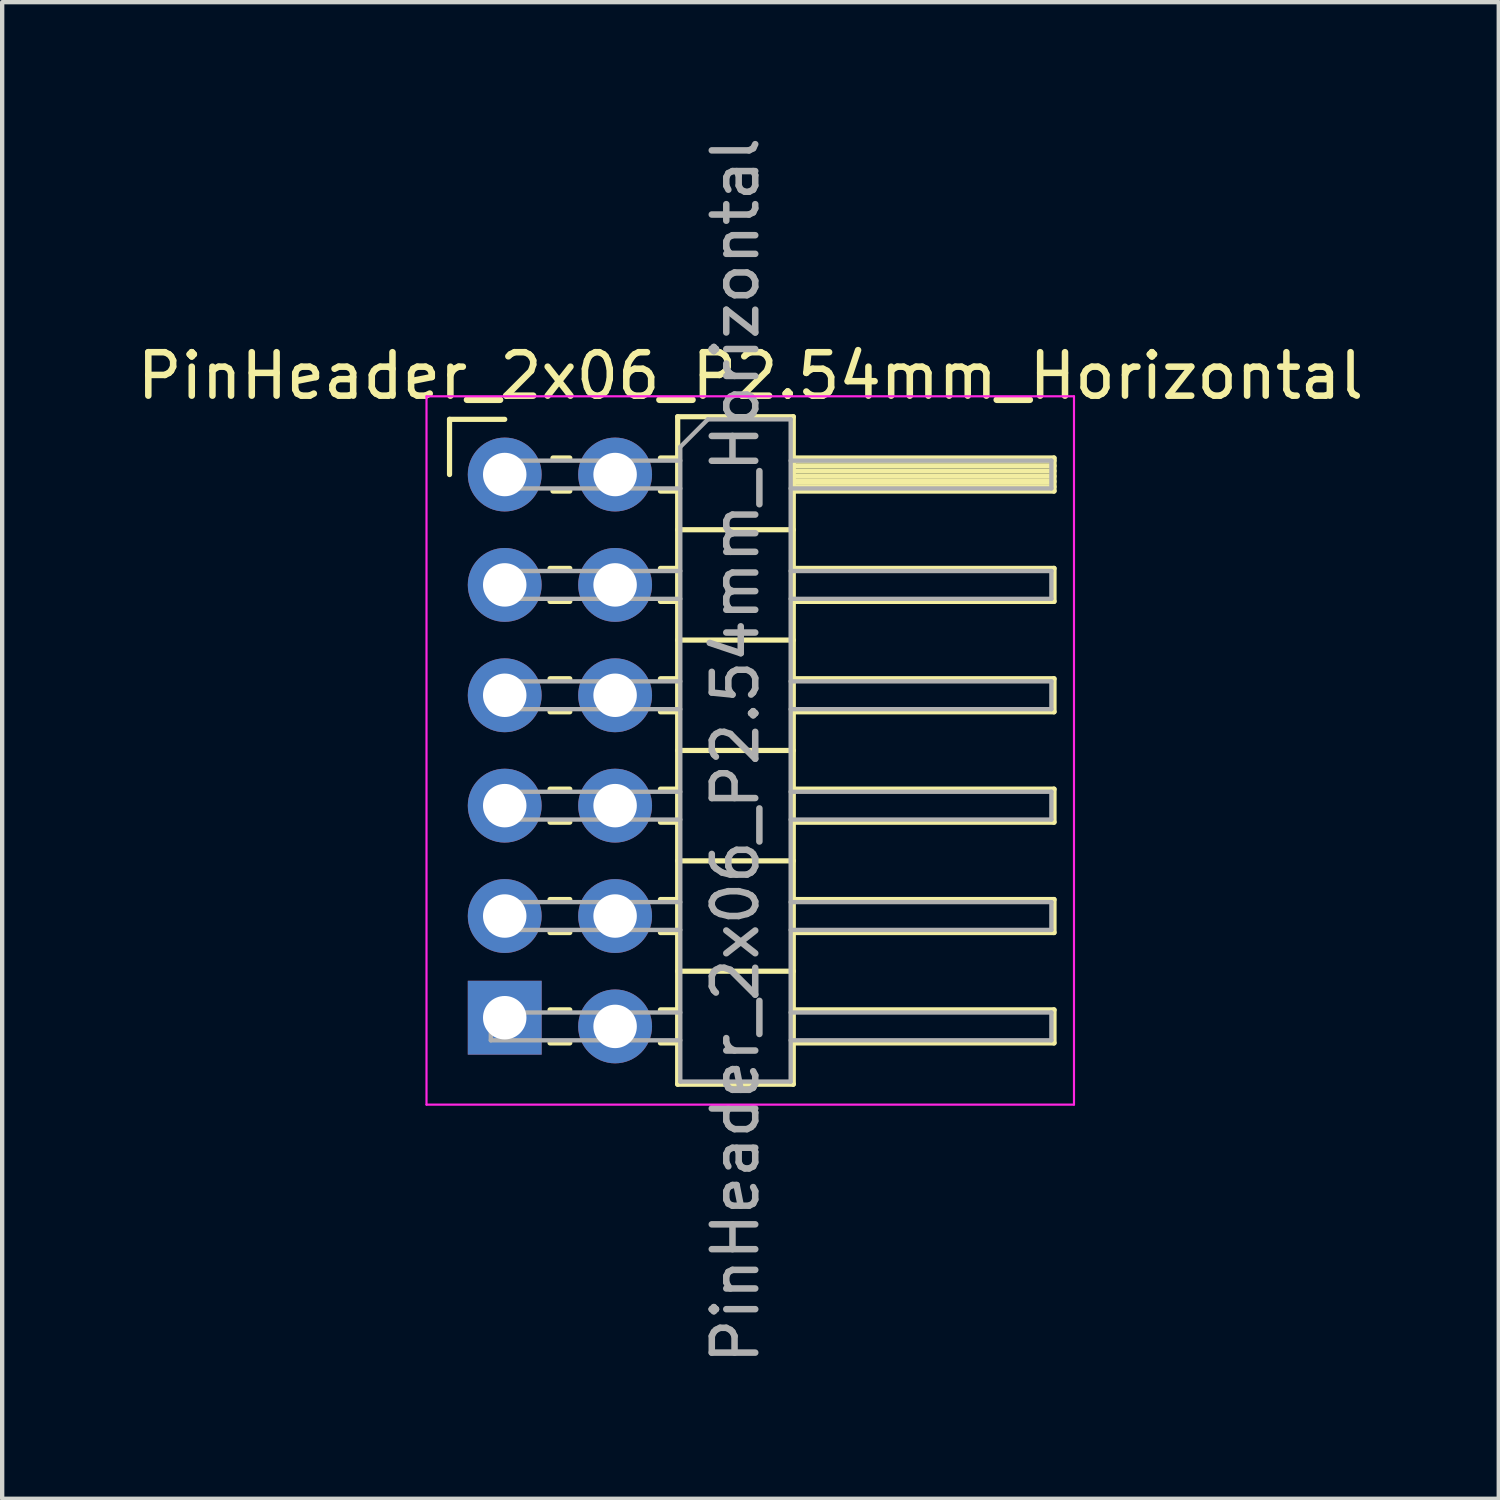
<source format=kicad_pcb>
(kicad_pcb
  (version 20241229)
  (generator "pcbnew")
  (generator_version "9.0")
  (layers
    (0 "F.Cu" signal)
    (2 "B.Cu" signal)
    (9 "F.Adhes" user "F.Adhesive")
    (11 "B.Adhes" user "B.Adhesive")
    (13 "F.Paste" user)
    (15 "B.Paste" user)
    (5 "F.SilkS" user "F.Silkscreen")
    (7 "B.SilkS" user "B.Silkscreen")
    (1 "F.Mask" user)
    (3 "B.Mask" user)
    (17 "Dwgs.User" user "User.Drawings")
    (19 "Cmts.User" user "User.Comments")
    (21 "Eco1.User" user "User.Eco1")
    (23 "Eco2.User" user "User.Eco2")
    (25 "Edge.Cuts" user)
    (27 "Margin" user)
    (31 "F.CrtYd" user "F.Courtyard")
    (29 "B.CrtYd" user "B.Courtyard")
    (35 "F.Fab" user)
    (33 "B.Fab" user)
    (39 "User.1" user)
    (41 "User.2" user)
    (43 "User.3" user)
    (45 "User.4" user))
  (footprint "PinHeader_2x06_P2.54mm_Horizontal"
    (layer "F.Cu")
    (at 8.565 7.87)
    (property "Reference" "PinHeader_2x06_P2.54mm_Horizontal" (at 5.655 -2.27 180) (layer "F.SilkS") (effects (font (size 1 1) (thickness 0.15))))
    (attr through_hole)
    (fp_line (start -1.27 -1.27) (end 0 -1.27) (stroke (width 0.12) (type solid)) (layer "F.SilkS"))
    (fp_line (start -1.27 0) (end -1.27 -1.27) (stroke (width 0.12) (type solid)) (layer "F.SilkS"))
    (fp_line (start 1.043 2.16) (end 1.497 2.16) (stroke (width 0.12) (type solid)) (layer "F.SilkS"))
    (fp_line (start 1.043 2.92) (end 1.497 2.92) (stroke (width 0.12) (type solid)) (layer "F.SilkS"))
    (fp_line (start 1.043 4.7) (end 1.497 4.7) (stroke (width 0.12) (type solid)) (layer "F.SilkS"))
    (fp_line (start 1.043 5.46) (end 1.497 5.46) (stroke (width 0.12) (type solid)) (layer "F.SilkS"))
    (fp_line (start 1.043 7.24) (end 1.497 7.24) (stroke (width 0.12) (type solid)) (layer "F.SilkS"))
    (fp_line (start 1.043 8) (end 1.497 8) (stroke (width 0.12) (type solid)) (layer "F.SilkS"))
    (fp_line (start 1.043 9.78) (end 1.497 9.78) (stroke (width 0.12) (type solid)) (layer "F.SilkS"))
    (fp_line (start 1.043 10.54) (end 1.497 10.54) (stroke (width 0.12) (type solid)) (layer "F.SilkS"))
    (fp_line (start 1.043 12.32) (end 1.497 12.32) (stroke (width 0.12) (type solid)) (layer "F.SilkS"))
    (fp_line (start 1.043 13.08) (end 1.497 13.08) (stroke (width 0.12) (type solid)) (layer "F.SilkS"))
    (fp_line (start 1.11 -0.38) (end 1.497 -0.38) (stroke (width 0.12) (type solid)) (layer "F.SilkS"))
    (fp_line (start 1.11 0.38) (end 1.497 0.38) (stroke (width 0.12) (type solid)) (layer "F.SilkS"))
    (fp_line (start 3.583 -0.38) (end 3.98 -0.38) (stroke (width 0.12) (type solid)) (layer "F.SilkS"))
    (fp_line (start 3.583 0.38) (end 3.98 0.38) (stroke (width 0.12) (type solid)) (layer "F.SilkS"))
    (fp_line (start 3.583 2.16) (end 3.98 2.16) (stroke (width 0.12) (type solid)) (layer "F.SilkS"))
    (fp_line (start 3.583 2.92) (end 3.98 2.92) (stroke (width 0.12) (type solid)) (layer "F.SilkS"))
    (fp_line (start 3.583 4.7) (end 3.98 4.7) (stroke (width 0.12) (type solid)) (layer "F.SilkS"))
    (fp_line (start 3.583 5.46) (end 3.98 5.46) (stroke (width 0.12) (type solid)) (layer "F.SilkS"))
    (fp_line (start 3.583 7.24) (end 3.98 7.24) (stroke (width 0.12) (type solid)) (layer "F.SilkS"))
    (fp_line (start 3.583 8) (end 3.98 8) (stroke (width 0.12) (type solid)) (layer "F.SilkS"))
    (fp_line (start 3.583 9.78) (end 3.98 9.78) (stroke (width 0.12) (type solid)) (layer "F.SilkS"))
    (fp_line (start 3.583 10.54) (end 3.98 10.54) (stroke (width 0.12) (type solid)) (layer "F.SilkS"))
    (fp_line (start 3.583 12.32) (end 3.98 12.32) (stroke (width 0.12) (type solid)) (layer "F.SilkS"))
    (fp_line (start 3.583 13.08) (end 3.98 13.08) (stroke (width 0.12) (type solid)) (layer "F.SilkS"))
    (fp_line (start 3.98 -1.33) (end 3.98 14.03) (stroke (width 0.12) (type solid)) (layer "F.SilkS"))
    (fp_line (start 3.98 1.27) (end 6.64 1.27) (stroke (width 0.12) (type solid)) (layer "F.SilkS"))
    (fp_line (start 3.98 3.81) (end 6.64 3.81) (stroke (width 0.12) (type solid)) (layer "F.SilkS"))
    (fp_line (start 3.98 6.35) (end 6.64 6.35) (stroke (width 0.12) (type solid)) (layer "F.SilkS"))
    (fp_line (start 3.98 8.89) (end 6.64 8.89) (stroke (width 0.12) (type solid)) (layer "F.SilkS"))
    (fp_line (start 3.98 11.43) (end 6.64 11.43) (stroke (width 0.12) (type solid)) (layer "F.SilkS"))
    (fp_line (start 3.98 14.03) (end 6.64 14.03) (stroke (width 0.12) (type solid)) (layer "F.SilkS"))
    (fp_line (start 6.64 -1.33) (end 3.98 -1.33) (stroke (width 0.12) (type solid)) (layer "F.SilkS"))
    (fp_line (start 6.64 -0.38) (end 12.64 -0.38) (stroke (width 0.12) (type solid)) (layer "F.SilkS"))
    (fp_line (start 6.64 -0.32) (end 12.64 -0.32) (stroke (width 0.12) (type solid)) (layer "F.SilkS"))
    (fp_line (start 6.64 -0.2) (end 12.64 -0.2) (stroke (width 0.12) (type solid)) (layer "F.SilkS"))
    (fp_line (start 6.64 -0.08) (end 12.64 -0.08) (stroke (width 0.12) (type solid)) (layer "F.SilkS"))
    (fp_line (start 6.64 0.04) (end 12.64 0.04) (stroke (width 0.12) (type solid)) (layer "F.SilkS"))
    (fp_line (start 6.64 0.16) (end 12.64 0.16) (stroke (width 0.12) (type solid)) (layer "F.SilkS"))
    (fp_line (start 6.64 0.28) (end 12.64 0.28) (stroke (width 0.12) (type solid)) (layer "F.SilkS"))
    (fp_line (start 6.64 2.16) (end 12.64 2.16) (stroke (width 0.12) (type solid)) (layer "F.SilkS"))
    (fp_line (start 6.64 4.7) (end 12.64 4.7) (stroke (width 0.12) (type solid)) (layer "F.SilkS"))
    (fp_line (start 6.64 7.24) (end 12.64 7.24) (stroke (width 0.12) (type solid)) (layer "F.SilkS"))
    (fp_line (start 6.64 9.78) (end 12.64 9.78) (stroke (width 0.12) (type solid)) (layer "F.SilkS"))
    (fp_line (start 6.64 12.32) (end 12.64 12.32) (stroke (width 0.12) (type solid)) (layer "F.SilkS"))
    (fp_line (start 6.64 14.03) (end 6.64 -1.33) (stroke (width 0.12) (type solid)) (layer "F.SilkS"))
    (fp_line (start 12.64 -0.38) (end 12.64 0.38) (stroke (width 0.12) (type solid)) (layer "F.SilkS"))
    (fp_line (start 12.64 0.38) (end 6.64 0.38) (stroke (width 0.12) (type solid)) (layer "F.SilkS"))
    (fp_line (start 12.64 2.16) (end 12.64 2.92) (stroke (width 0.12) (type solid)) (layer "F.SilkS"))
    (fp_line (start 12.64 2.92) (end 6.64 2.92) (stroke (width 0.12) (type solid)) (layer "F.SilkS"))
    (fp_line (start 12.64 4.7) (end 12.64 5.46) (stroke (width 0.12) (type solid)) (layer "F.SilkS"))
    (fp_line (start 12.64 5.46) (end 6.64 5.46) (stroke (width 0.12) (type solid)) (layer "F.SilkS"))
    (fp_line (start 12.64 7.24) (end 12.64 8) (stroke (width 0.12) (type solid)) (layer "F.SilkS"))
    (fp_line (start 12.64 8) (end 6.64 8) (stroke (width 0.12) (type solid)) (layer "F.SilkS"))
    (fp_line (start 12.64 9.78) (end 12.64 10.54) (stroke (width 0.12) (type solid)) (layer "F.SilkS"))
    (fp_line (start 12.64 10.54) (end 6.64 10.54) (stroke (width 0.12) (type solid)) (layer "F.SilkS"))
    (fp_line (start 12.64 12.32) (end 12.64 13.08) (stroke (width 0.12) (type solid)) (layer "F.SilkS"))
    (fp_line (start 12.64 13.08) (end 6.64 13.08) (stroke (width 0.12) (type solid)) (layer "F.SilkS"))
    (fp_line (start -1.8 -1.8) (end -1.8 14.5) (stroke (width 0.05) (type solid)) (layer "F.CrtYd"))
    (fp_line (start -1.8 14.5) (end 13.1 14.5) (stroke (width 0.05) (type solid)) (layer "F.CrtYd"))
    (fp_line (start 13.1 -1.8) (end -1.8 -1.8) (stroke (width 0.05) (type solid)) (layer "F.CrtYd"))
    (fp_line (start 13.1 14.5) (end 13.1 -1.8) (stroke (width 0.05) (type solid)) (layer "F.CrtYd"))
    (fp_line (start -0.32 -0.32) (end -0.32 0.32) (stroke (width 0.1) (type solid)) (layer "F.Fab"))
    (fp_line (start -0.32 -0.32) (end 4.04 -0.32) (stroke (width 0.1) (type solid)) (layer "F.Fab"))
    (fp_line (start -0.32 0.32) (end 4.04 0.32) (stroke (width 0.1) (type solid)) (layer "F.Fab"))
    (fp_line (start -0.32 2.22) (end -0.32 2.86) (stroke (width 0.1) (type solid)) (layer "F.Fab"))
    (fp_line (start -0.32 2.22) (end 4.04 2.22) (stroke (width 0.1) (type solid)) (layer "F.Fab"))
    (fp_line (start -0.32 2.86) (end 4.04 2.86) (stroke (width 0.1) (type solid)) (layer "F.Fab"))
    (fp_line (start -0.32 4.76) (end -0.32 5.4) (stroke (width 0.1) (type solid)) (layer "F.Fab"))
    (fp_line (start -0.32 4.76) (end 4.04 4.76) (stroke (width 0.1) (type solid)) (layer "F.Fab"))
    (fp_line (start -0.32 5.4) (end 4.04 5.4) (stroke (width 0.1) (type solid)) (layer "F.Fab"))
    (fp_line (start -0.32 7.3) (end -0.32 7.94) (stroke (width 0.1) (type solid)) (layer "F.Fab"))
    (fp_line (start -0.32 7.3) (end 4.04 7.3) (stroke (width 0.1) (type solid)) (layer "F.Fab"))
    (fp_line (start -0.32 7.94) (end 4.04 7.94) (stroke (width 0.1) (type solid)) (layer "F.Fab"))
    (fp_line (start -0.32 9.84) (end -0.32 10.48) (stroke (width 0.1) (type solid)) (layer "F.Fab"))
    (fp_line (start -0.32 9.84) (end 4.04 9.84) (stroke (width 0.1) (type solid)) (layer "F.Fab"))
    (fp_line (start -0.32 10.48) (end 4.04 10.48) (stroke (width 0.1) (type solid)) (layer "F.Fab"))
    (fp_line (start -0.32 12.38) (end -0.32 13.02) (stroke (width 0.1) (type solid)) (layer "F.Fab"))
    (fp_line (start -0.32 12.38) (end 4.04 12.38) (stroke (width 0.1) (type solid)) (layer "F.Fab"))
    (fp_line (start -0.32 13.02) (end 4.04 13.02) (stroke (width 0.1) (type solid)) (layer "F.Fab"))
    (fp_line (start 4.04 -0.635) (end 4.675 -1.27) (stroke (width 0.1) (type solid)) (layer "F.Fab"))
    (fp_line (start 4.04 13.97) (end 4.04 -0.635) (stroke (width 0.1) (type solid)) (layer "F.Fab"))
    (fp_line (start 4.675 -1.27) (end 6.58 -1.27) (stroke (width 0.1) (type solid)) (layer "F.Fab"))
    (fp_line (start 6.58 -1.27) (end 6.58 13.97) (stroke (width 0.1) (type solid)) (layer "F.Fab"))
    (fp_line (start 6.58 -0.32) (end 12.58 -0.32) (stroke (width 0.1) (type solid)) (layer "F.Fab"))
    (fp_line (start 6.58 0.32) (end 12.58 0.32) (stroke (width 0.1) (type solid)) (layer "F.Fab"))
    (fp_line (start 6.58 2.22) (end 12.58 2.22) (stroke (width 0.1) (type solid)) (layer "F.Fab"))
    (fp_line (start 6.58 2.86) (end 12.58 2.86) (stroke (width 0.1) (type solid)) (layer "F.Fab"))
    (fp_line (start 6.58 4.76) (end 12.58 4.76) (stroke (width 0.1) (type solid)) (layer "F.Fab"))
    (fp_line (start 6.58 5.4) (end 12.58 5.4) (stroke (width 0.1) (type solid)) (layer "F.Fab"))
    (fp_line (start 6.58 7.3) (end 12.58 7.3) (stroke (width 0.1) (type solid)) (layer "F.Fab"))
    (fp_line (start 6.58 7.94) (end 12.58 7.94) (stroke (width 0.1) (type solid)) (layer "F.Fab"))
    (fp_line (start 6.58 9.84) (end 12.58 9.84) (stroke (width 0.1) (type solid)) (layer "F.Fab"))
    (fp_line (start 6.58 10.48) (end 12.58 10.48) (stroke (width 0.1) (type solid)) (layer "F.Fab"))
    (fp_line (start 6.58 12.38) (end 12.58 12.38) (stroke (width 0.1) (type solid)) (layer "F.Fab"))
    (fp_line (start 6.58 13.02) (end 12.58 13.02) (stroke (width 0.1) (type solid)) (layer "F.Fab"))
    (fp_line (start 6.58 13.97) (end 4.04 13.97) (stroke (width 0.1) (type solid)) (layer "F.Fab"))
    (fp_line (start 12.58 -0.32) (end 12.58 0.32) (stroke (width 0.1) (type solid)) (layer "F.Fab"))
    (fp_line (start 12.58 2.22) (end 12.58 2.86) (stroke (width 0.1) (type solid)) (layer "F.Fab"))
    (fp_line (start 12.58 4.76) (end 12.58 5.4) (stroke (width 0.1) (type solid)) (layer "F.Fab"))
    (fp_line (start 12.58 7.3) (end 12.58 7.94) (stroke (width 0.1) (type solid)) (layer "F.Fab"))
    (fp_line (start 12.58 9.84) (end 12.58 10.48) (stroke (width 0.1) (type solid)) (layer "F.Fab"))
    (fp_line (start 12.58 12.38) (end 12.58 13.02) (stroke (width 0.1) (type solid)) (layer "F.Fab"))
    (fp_text user "${REFERENCE}" (at 5.31 6.35 270) (layer "F.Fab") (effects (font (size 1 1) (thickness 0.15))))
    (pad "1" thru_hole rect (at 0 12.5) (size 1.7 1.7) (drill 1) (layers "*.Cu" "*.Mask"))
    (pad "2" thru_hole oval (at 0 10.16) (size 1.7 1.7) (drill 1) (layers "*.Cu" "*.Mask"))
    (pad "3" thru_hole oval (at 0 7.62) (size 1.7 1.7) (drill 1) (layers "*.Cu" "*.Mask"))
    (pad "4" thru_hole oval (at 0 5.08) (size 1.7 1.7) (drill 1) (layers "*.Cu" "*.Mask"))
    (pad "5" thru_hole oval (at 0 2.54) (size 1.7 1.7) (drill 1) (layers "*.Cu" "*.Mask"))
    (pad "6" thru_hole oval (at 0 0) (size 1.7 1.7) (drill 1) (layers "*.Cu" "*.Mask"))
    (pad "7" thru_hole oval (at 2.54 12.7) (size 1.7 1.7) (drill 1) (layers "*.Cu" "*.Mask"))
    (pad "8" thru_hole oval (at 2.54 10.16) (size 1.7 1.7) (drill 1) (layers "*.Cu" "*.Mask"))
    (pad "9" thru_hole oval (at 2.54 7.62) (size 1.7 1.7) (drill 1) (layers "*.Cu" "*.Mask"))
    (pad "10" thru_hole oval (at 2.54 5.08) (size 1.7 1.7) (drill 1) (layers "*.Cu" "*.Mask"))
    (pad "11" thru_hole oval (at 2.54 2.54) (size 1.7 1.7) (drill 1) (layers "*.Cu" "*.Mask"))
    (pad "12" thru_hole oval (at 2.54 0) (size 1.7 1.7) (drill 1) (layers "*.Cu" "*.Mask")))
  (gr_rect
    (start -3 -3)
    (end 31.44 31.44)
    (stroke (width 0.1) (type default))
    (fill no)
    (layer "Edge.Cuts")))
</source>
